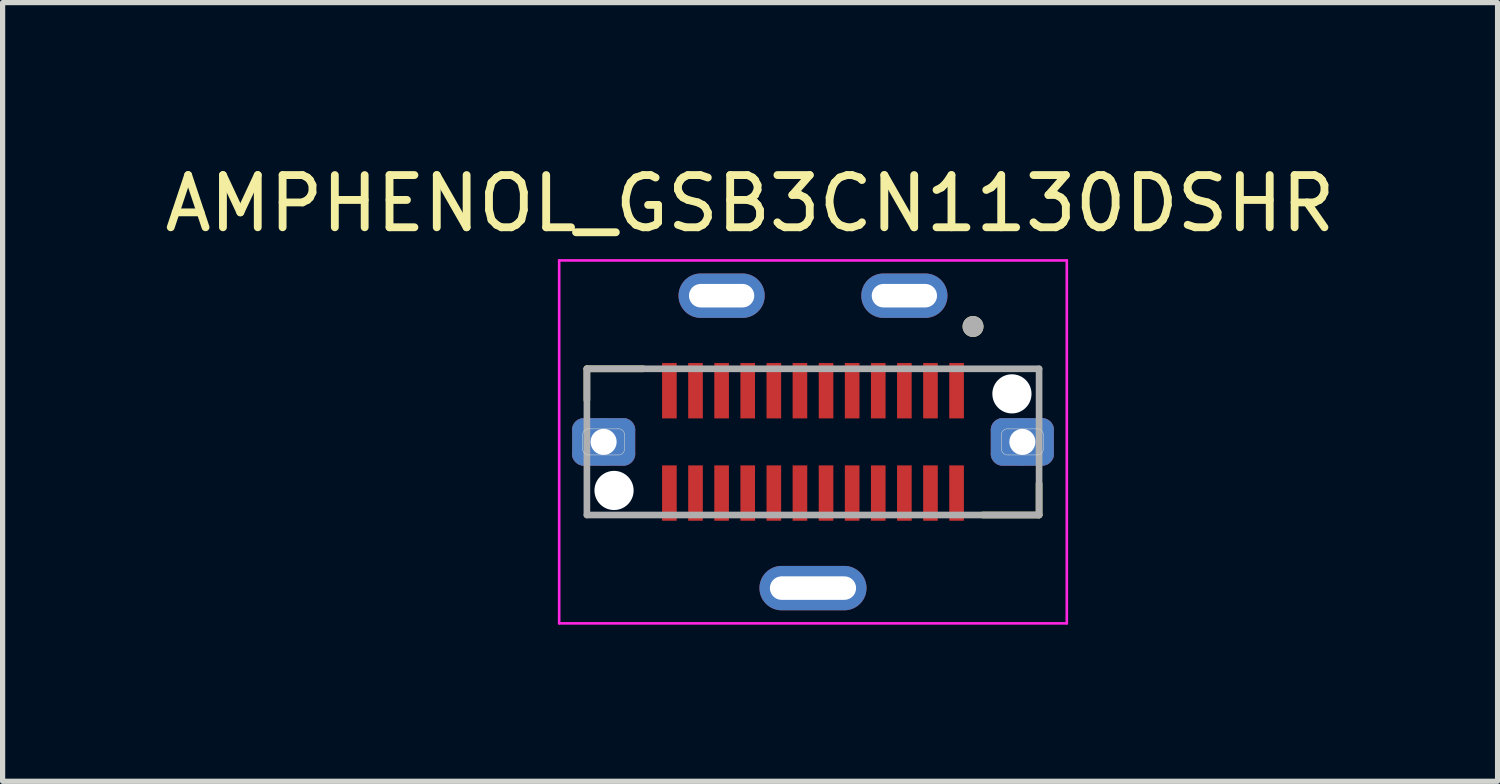
<source format=kicad_pcb>
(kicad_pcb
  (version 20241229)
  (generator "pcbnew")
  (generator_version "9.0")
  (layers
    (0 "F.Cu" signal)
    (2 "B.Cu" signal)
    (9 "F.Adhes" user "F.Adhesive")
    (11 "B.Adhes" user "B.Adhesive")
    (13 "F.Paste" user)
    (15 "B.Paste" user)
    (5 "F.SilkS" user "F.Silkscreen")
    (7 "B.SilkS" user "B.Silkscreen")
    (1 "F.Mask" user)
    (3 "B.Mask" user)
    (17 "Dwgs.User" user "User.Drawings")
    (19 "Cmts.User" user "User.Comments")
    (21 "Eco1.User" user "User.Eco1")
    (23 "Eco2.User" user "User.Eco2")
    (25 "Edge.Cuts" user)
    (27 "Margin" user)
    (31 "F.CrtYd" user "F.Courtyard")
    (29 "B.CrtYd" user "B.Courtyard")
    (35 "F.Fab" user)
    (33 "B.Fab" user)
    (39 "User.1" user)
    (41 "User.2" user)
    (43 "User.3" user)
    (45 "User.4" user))
  (footprint "AMPHENOL_GSB3CN1130DSHR"
    (layer "F.Cu")
    (at 12.52 5.413)
    (property "Reference" "AMPHENOL_GSB3CN1130DSHR" (at -1.205 -4.565 0) (layer "F.SilkS") (effects (font (size 1 1) (thickness 0.15))))
    (attr smd)
    (fp_poly (pts (xy -4.61 -0.2) (xy -4.611 -0.213) (xy -4.611 -0.225) (xy -4.611 -0.237) (xy -4.61 -0.249) (xy -4.609 -0.26) (xy -4.606 -0.272) (xy -4.604 -0.284) (xy -4.6 -0.295) (xy -4.596 -0.306) (xy -4.592 -0.317) (xy -4.587 -0.328) (xy -4.581 -0.338) (xy -4.575 -0.348) (xy -4.568 -0.358) (xy -4.561 -0.367) (xy -4.553 -0.376) (xy -4.545 -0.385) (xy -4.536 -0.393) (xy -4.527 -0.401) (xy -4.518 -0.408) (xy -4.508 -0.415) (xy -4.498 -0.421) (xy -4.488 -0.427) (xy -4.477 -0.432) (xy -4.466 -0.436) (xy -4.455 -0.44) (xy -4.444 -0.444) (xy -4.432 -0.446) (xy -4.42 -0.449) (xy -4.41 -0.45) (xy -3.61 -0.45) (xy -3.6 -0.449) (xy -3.588 -0.446) (xy -3.576 -0.444) (xy -3.565 -0.44) (xy -3.554 -0.436) (xy -3.543 -0.432) (xy -3.532 -0.427) (xy -3.522 -0.421) (xy -3.512 -0.415) (xy -3.502 -0.408) (xy -3.493 -0.401) (xy -3.484 -0.393) (xy -3.475 -0.385) (xy -3.467 -0.376) (xy -3.459 -0.367) (xy -3.452 -0.358) (xy -3.445 -0.348) (xy -3.439 -0.338) (xy -3.433 -0.328) (xy -3.428 -0.317) (xy -3.424 -0.306) (xy -3.42 -0.295) (xy -3.416 -0.284) (xy -3.414 -0.272) (xy -3.411 -0.26) (xy -3.41 -0.249) (xy -3.409 -0.237) (xy -3.409 -0.225) (xy -3.409 -0.213) (xy -3.41 -0.2) (xy -3.41 0.2) (xy -3.409 0.213) (xy -3.409 0.225) (xy -3.409 0.237) (xy -3.41 0.249) (xy -3.411 0.26) (xy -3.414 0.272) (xy -3.416 0.284) (xy -3.42 0.295) (xy -3.424 0.306) (xy -3.428 0.317) (xy -3.433 0.328) (xy -3.439 0.338) (xy -3.445 0.348) (xy -3.452 0.358) (xy -3.459 0.367) (xy -3.467 0.376) (xy -3.475 0.385) (xy -3.484 0.393) (xy -3.493 0.401) (xy -3.502 0.408) (xy -3.512 0.415) (xy -3.522 0.421) (xy -3.532 0.427) (xy -3.543 0.432) (xy -3.554 0.436) (xy -3.565 0.44) (xy -3.576 0.444) (xy -3.588 0.446) (xy -3.6 0.449) (xy -3.61 0.45) (xy -4.41 0.45) (xy -4.42 0.449) (xy -4.432 0.446) (xy -4.444 0.444) (xy -4.455 0.44) (xy -4.466 0.436) (xy -4.477 0.432) (xy -4.488 0.427) (xy -4.498 0.421) (xy -4.508 0.415) (xy -4.518 0.408) (xy -4.527 0.401) (xy -4.536 0.393) (xy -4.545 0.385) (xy -4.553 0.376) (xy -4.561 0.367) (xy -4.568 0.358) (xy -4.575 0.348) (xy -4.581 0.338) (xy -4.587 0.328) (xy -4.592 0.317) (xy -4.596 0.306) (xy -4.6 0.295) (xy -4.604 0.284) (xy -4.606 0.272) (xy -4.609 0.26) (xy -4.61 0.249) (xy -4.611 0.237) (xy -4.611 0.225) (xy -4.611 0.213) (xy -4.61 0.2) (xy -4.61 -0.2)) (stroke (width 0.01) (type solid)) (fill yes) (layer "F.Cu"))
    (fp_poly (pts (xy 3.41 -0.2) (xy 3.409 -0.213) (xy 3.409 -0.225) (xy 3.409 -0.237) (xy 3.41 -0.249) (xy 3.411 -0.26) (xy 3.414 -0.272) (xy 3.416 -0.284) (xy 3.42 -0.295) (xy 3.424 -0.306) (xy 3.428 -0.317) (xy 3.433 -0.328) (xy 3.439 -0.338) (xy 3.445 -0.348) (xy 3.452 -0.358) (xy 3.459 -0.367) (xy 3.467 -0.376) (xy 3.475 -0.385) (xy 3.484 -0.393) (xy 3.493 -0.401) (xy 3.502 -0.408) (xy 3.512 -0.415) (xy 3.522 -0.421) (xy 3.532 -0.427) (xy 3.543 -0.432) (xy 3.554 -0.436) (xy 3.565 -0.44) (xy 3.576 -0.444) (xy 3.588 -0.446) (xy 3.6 -0.449) (xy 3.61 -0.45) (xy 4.41 -0.45) (xy 4.42 -0.449) (xy 4.432 -0.446) (xy 4.444 -0.444) (xy 4.455 -0.44) (xy 4.466 -0.436) (xy 4.477 -0.432) (xy 4.488 -0.427) (xy 4.498 -0.421) (xy 4.508 -0.415) (xy 4.518 -0.408) (xy 4.527 -0.401) (xy 4.536 -0.393) (xy 4.545 -0.385) (xy 4.553 -0.376) (xy 4.561 -0.367) (xy 4.568 -0.358) (xy 4.575 -0.348) (xy 4.581 -0.338) (xy 4.587 -0.328) (xy 4.592 -0.317) (xy 4.596 -0.306) (xy 4.6 -0.295) (xy 4.604 -0.284) (xy 4.606 -0.272) (xy 4.609 -0.26) (xy 4.61 -0.249) (xy 4.611 -0.237) (xy 4.611 -0.225) (xy 4.611 -0.213) (xy 4.61 -0.2) (xy 4.61 0.2) (xy 4.611 0.213) (xy 4.611 0.225) (xy 4.611 0.237) (xy 4.61 0.249) (xy 4.609 0.26) (xy 4.606 0.272) (xy 4.604 0.284) (xy 4.6 0.295) (xy 4.596 0.306) (xy 4.592 0.317) (xy 4.587 0.328) (xy 4.581 0.338) (xy 4.575 0.348) (xy 4.568 0.358) (xy 4.561 0.367) (xy 4.553 0.376) (xy 4.545 0.385) (xy 4.536 0.393) (xy 4.527 0.401) (xy 4.518 0.408) (xy 4.508 0.415) (xy 4.498 0.421) (xy 4.488 0.427) (xy 4.477 0.432) (xy 4.466 0.436) (xy 4.455 0.44) (xy 4.444 0.444) (xy 4.432 0.446) (xy 4.42 0.449) (xy 4.41 0.45) (xy 3.61 0.45) (xy 3.6 0.449) (xy 3.588 0.446) (xy 3.576 0.444) (xy 3.565 0.44) (xy 3.554 0.436) (xy 3.543 0.432) (xy 3.532 0.427) (xy 3.522 0.421) (xy 3.512 0.415) (xy 3.502 0.408) (xy 3.493 0.401) (xy 3.484 0.393) (xy 3.475 0.385) (xy 3.467 0.376) (xy 3.459 0.367) (xy 3.452 0.358) (xy 3.445 0.348) (xy 3.439 0.338) (xy 3.433 0.328) (xy 3.428 0.317) (xy 3.424 0.306) (xy 3.42 0.295) (xy 3.416 0.284) (xy 3.414 0.272) (xy 3.411 0.26) (xy 3.41 0.249) (xy 3.409 0.237) (xy 3.409 0.225) (xy 3.409 0.213) (xy 3.41 0.2) (xy 3.41 -0.2)) (stroke (width 0.01) (type solid)) (fill yes) (layer "F.Cu"))
    (fp_poly (pts (xy -4.71 -0.2) (xy -4.711 -0.219) (xy -4.711 -0.236) (xy -4.71 -0.253) (xy -4.708 -0.27) (xy -4.705 -0.287) (xy -4.701 -0.304) (xy -4.697 -0.32) (xy -4.691 -0.336) (xy -4.685 -0.352) (xy -4.678 -0.368) (xy -4.67 -0.383) (xy -4.661 -0.398) (xy -4.652 -0.412) (xy -4.642 -0.426) (xy -4.631 -0.439) (xy -4.619 -0.451) (xy -4.607 -0.463) (xy -4.595 -0.475) (xy -4.581 -0.485) (xy -4.567 -0.495) (xy -4.553 -0.504) (xy -4.538 -0.513) (xy -4.523 -0.52) (xy -4.507 -0.527) (xy -4.491 -0.533) (xy -4.475 -0.538) (xy -4.458 -0.543) (xy -4.442 -0.546) (xy -4.425 -0.549) (xy -4.41 -0.55) (xy -3.61 -0.55) (xy -3.595 -0.549) (xy -3.578 -0.546) (xy -3.562 -0.543) (xy -3.545 -0.538) (xy -3.529 -0.533) (xy -3.513 -0.527) (xy -3.497 -0.52) (xy -3.482 -0.513) (xy -3.467 -0.504) (xy -3.453 -0.495) (xy -3.439 -0.485) (xy -3.425 -0.475) (xy -3.413 -0.463) (xy -3.401 -0.451) (xy -3.389 -0.439) (xy -3.378 -0.426) (xy -3.368 -0.412) (xy -3.359 -0.398) (xy -3.35 -0.383) (xy -3.342 -0.368) (xy -3.335 -0.352) (xy -3.329 -0.336) (xy -3.323 -0.32) (xy -3.319 -0.304) (xy -3.315 -0.287) (xy -3.312 -0.27) (xy -3.31 -0.253) (xy -3.309 -0.236) (xy -3.309 -0.219) (xy -3.31 -0.2) (xy -3.31 0.2) (xy -3.309 0.219) (xy -3.309 0.236) (xy -3.31 0.253) (xy -3.312 0.27) (xy -3.315 0.287) (xy -3.319 0.304) (xy -3.323 0.32) (xy -3.329 0.336) (xy -3.335 0.352) (xy -3.342 0.368) (xy -3.35 0.383) (xy -3.359 0.398) (xy -3.368 0.412) (xy -3.378 0.426) (xy -3.389 0.439) (xy -3.401 0.451) (xy -3.413 0.463) (xy -3.425 0.475) (xy -3.439 0.485) (xy -3.453 0.495) (xy -3.467 0.504) (xy -3.482 0.513) (xy -3.497 0.52) (xy -3.513 0.527) (xy -3.529 0.533) (xy -3.545 0.538) (xy -3.562 0.543) (xy -3.578 0.546) (xy -3.595 0.549) (xy -3.61 0.55) (xy -4.41 0.55) (xy -4.425 0.549) (xy -4.442 0.546) (xy -4.458 0.543) (xy -4.475 0.538) (xy -4.491 0.533) (xy -4.507 0.527) (xy -4.523 0.52) (xy -4.538 0.513) (xy -4.553 0.504) (xy -4.567 0.495) (xy -4.581 0.485) (xy -4.595 0.475) (xy -4.607 0.463) (xy -4.619 0.451) (xy -4.631 0.439) (xy -4.642 0.426) (xy -4.652 0.412) (xy -4.661 0.398) (xy -4.67 0.383) (xy -4.678 0.368) (xy -4.685 0.352) (xy -4.691 0.336) (xy -4.697 0.32) (xy -4.701 0.304) (xy -4.705 0.287) (xy -4.708 0.27) (xy -4.71 0.253) (xy -4.711 0.236) (xy -4.711 0.219) (xy -4.71 0.2) (xy -4.71 -0.2)) (stroke (width 0.01) (type solid)) (fill yes) (layer "F.Mask"))
    (fp_poly (pts (xy 3.31 -0.2) (xy 3.309 -0.219) (xy 3.309 -0.236) (xy 3.31 -0.253) (xy 3.312 -0.27) (xy 3.315 -0.287) (xy 3.319 -0.304) (xy 3.323 -0.32) (xy 3.329 -0.336) (xy 3.335 -0.352) (xy 3.342 -0.368) (xy 3.35 -0.383) (xy 3.359 -0.398) (xy 3.368 -0.412) (xy 3.378 -0.426) (xy 3.389 -0.439) (xy 3.401 -0.451) (xy 3.413 -0.463) (xy 3.425 -0.475) (xy 3.439 -0.485) (xy 3.453 -0.495) (xy 3.467 -0.504) (xy 3.482 -0.513) (xy 3.497 -0.52) (xy 3.513 -0.527) (xy 3.529 -0.533) (xy 3.545 -0.538) (xy 3.562 -0.543) (xy 3.578 -0.546) (xy 3.595 -0.549) (xy 3.61 -0.55) (xy 4.41 -0.55) (xy 4.425 -0.549) (xy 4.442 -0.546) (xy 4.458 -0.543) (xy 4.475 -0.538) (xy 4.491 -0.533) (xy 4.507 -0.527) (xy 4.523 -0.52) (xy 4.538 -0.513) (xy 4.553 -0.504) (xy 4.567 -0.495) (xy 4.581 -0.485) (xy 4.595 -0.475) (xy 4.607 -0.463) (xy 4.619 -0.451) (xy 4.631 -0.439) (xy 4.642 -0.426) (xy 4.652 -0.412) (xy 4.661 -0.398) (xy 4.67 -0.383) (xy 4.678 -0.368) (xy 4.685 -0.352) (xy 4.691 -0.336) (xy 4.697 -0.32) (xy 4.701 -0.304) (xy 4.705 -0.287) (xy 4.708 -0.27) (xy 4.71 -0.253) (xy 4.711 -0.236) (xy 4.711 -0.219) (xy 4.71 -0.2) (xy 4.71 0.2) (xy 4.711 0.219) (xy 4.711 0.236) (xy 4.71 0.253) (xy 4.708 0.27) (xy 4.705 0.287) (xy 4.701 0.304) (xy 4.697 0.32) (xy 4.691 0.336) (xy 4.685 0.352) (xy 4.678 0.368) (xy 4.67 0.383) (xy 4.661 0.398) (xy 4.652 0.412) (xy 4.642 0.426) (xy 4.631 0.439) (xy 4.619 0.451) (xy 4.607 0.463) (xy 4.595 0.475) (xy 4.581 0.485) (xy 4.567 0.495) (xy 4.553 0.504) (xy 4.538 0.513) (xy 4.523 0.52) (xy 4.507 0.527) (xy 4.491 0.533) (xy 4.475 0.538) (xy 4.458 0.543) (xy 4.442 0.546) (xy 4.425 0.549) (xy 4.41 0.55) (xy 3.61 0.55) (xy 3.595 0.549) (xy 3.578 0.546) (xy 3.562 0.543) (xy 3.545 0.538) (xy 3.529 0.533) (xy 3.513 0.527) (xy 3.497 0.52) (xy 3.482 0.513) (xy 3.467 0.504) (xy 3.453 0.495) (xy 3.439 0.485) (xy 3.425 0.475) (xy 3.413 0.463) (xy 3.401 0.451) (xy 3.389 0.439) (xy 3.378 0.426) (xy 3.368 0.412) (xy 3.359 0.398) (xy 3.35 0.383) (xy 3.342 0.368) (xy 3.335 0.352) (xy 3.329 0.336) (xy 3.323 0.32) (xy 3.319 0.304) (xy 3.315 0.287) (xy 3.312 0.27) (xy 3.31 0.253) (xy 3.309 0.236) (xy 3.309 0.219) (xy 3.31 0.2) (xy 3.31 -0.2)) (stroke (width 0.01) (type solid)) (fill yes) (layer "F.Mask"))
    (fp_poly (pts (xy -4.61 -0.2) (xy -4.611 -0.213) (xy -4.611 -0.225) (xy -4.611 -0.237) (xy -4.61 -0.249) (xy -4.609 -0.26) (xy -4.606 -0.272) (xy -4.604 -0.284) (xy -4.6 -0.295) (xy -4.596 -0.306) (xy -4.592 -0.317) (xy -4.587 -0.328) (xy -4.581 -0.338) (xy -4.575 -0.348) (xy -4.568 -0.358) (xy -4.561 -0.367) (xy -4.553 -0.376) (xy -4.545 -0.385) (xy -4.536 -0.393) (xy -4.527 -0.401) (xy -4.518 -0.408) (xy -4.508 -0.415) (xy -4.498 -0.421) (xy -4.488 -0.427) (xy -4.477 -0.432) (xy -4.466 -0.436) (xy -4.455 -0.44) (xy -4.444 -0.444) (xy -4.432 -0.446) (xy -4.42 -0.449) (xy -4.41 -0.45) (xy -3.61 -0.45) (xy -3.6 -0.449) (xy -3.588 -0.446) (xy -3.576 -0.444) (xy -3.565 -0.44) (xy -3.554 -0.436) (xy -3.543 -0.432) (xy -3.532 -0.427) (xy -3.522 -0.421) (xy -3.512 -0.415) (xy -3.502 -0.408) (xy -3.493 -0.401) (xy -3.484 -0.393) (xy -3.475 -0.385) (xy -3.467 -0.376) (xy -3.459 -0.367) (xy -3.452 -0.358) (xy -3.445 -0.348) (xy -3.439 -0.338) (xy -3.433 -0.328) (xy -3.428 -0.317) (xy -3.424 -0.306) (xy -3.42 -0.295) (xy -3.416 -0.284) (xy -3.414 -0.272) (xy -3.411 -0.26) (xy -3.41 -0.249) (xy -3.409 -0.237) (xy -3.409 -0.225) (xy -3.409 -0.213) (xy -3.41 -0.2) (xy -3.41 0.2) (xy -3.409 0.213) (xy -3.409 0.225) (xy -3.409 0.237) (xy -3.41 0.249) (xy -3.411 0.26) (xy -3.414 0.272) (xy -3.416 0.284) (xy -3.42 0.295) (xy -3.424 0.306) (xy -3.428 0.317) (xy -3.433 0.328) (xy -3.439 0.338) (xy -3.445 0.348) (xy -3.452 0.358) (xy -3.459 0.367) (xy -3.467 0.376) (xy -3.475 0.385) (xy -3.484 0.393) (xy -3.493 0.401) (xy -3.502 0.408) (xy -3.512 0.415) (xy -3.522 0.421) (xy -3.532 0.427) (xy -3.543 0.432) (xy -3.554 0.436) (xy -3.565 0.44) (xy -3.576 0.444) (xy -3.588 0.446) (xy -3.6 0.449) (xy -3.61 0.45) (xy -4.41 0.45) (xy -4.42 0.449) (xy -4.432 0.446) (xy -4.444 0.444) (xy -4.455 0.44) (xy -4.466 0.436) (xy -4.477 0.432) (xy -4.488 0.427) (xy -4.498 0.421) (xy -4.508 0.415) (xy -4.518 0.408) (xy -4.527 0.401) (xy -4.536 0.393) (xy -4.545 0.385) (xy -4.553 0.376) (xy -4.561 0.367) (xy -4.568 0.358) (xy -4.575 0.348) (xy -4.581 0.338) (xy -4.587 0.328) (xy -4.592 0.317) (xy -4.596 0.306) (xy -4.6 0.295) (xy -4.604 0.284) (xy -4.606 0.272) (xy -4.609 0.26) (xy -4.61 0.249) (xy -4.611 0.237) (xy -4.611 0.225) (xy -4.611 0.213) (xy -4.61 0.2) (xy -4.61 -0.2)) (stroke (width 0.01) (type solid)) (fill yes) (layer "B.Cu"))
    (fp_poly (pts (xy 3.41 -0.2) (xy 3.409 -0.213) (xy 3.409 -0.225) (xy 3.409 -0.237) (xy 3.41 -0.249) (xy 3.411 -0.26) (xy 3.414 -0.272) (xy 3.416 -0.284) (xy 3.42 -0.295) (xy 3.424 -0.306) (xy 3.428 -0.317) (xy 3.433 -0.328) (xy 3.439 -0.338) (xy 3.445 -0.348) (xy 3.452 -0.358) (xy 3.459 -0.367) (xy 3.467 -0.376) (xy 3.475 -0.385) (xy 3.484 -0.393) (xy 3.493 -0.401) (xy 3.502 -0.408) (xy 3.512 -0.415) (xy 3.522 -0.421) (xy 3.532 -0.427) (xy 3.543 -0.432) (xy 3.554 -0.436) (xy 3.565 -0.44) (xy 3.576 -0.444) (xy 3.588 -0.446) (xy 3.6 -0.449) (xy 3.61 -0.45) (xy 4.41 -0.45) (xy 4.42 -0.449) (xy 4.432 -0.446) (xy 4.444 -0.444) (xy 4.455 -0.44) (xy 4.466 -0.436) (xy 4.477 -0.432) (xy 4.488 -0.427) (xy 4.498 -0.421) (xy 4.508 -0.415) (xy 4.518 -0.408) (xy 4.527 -0.401) (xy 4.536 -0.393) (xy 4.545 -0.385) (xy 4.553 -0.376) (xy 4.561 -0.367) (xy 4.568 -0.358) (xy 4.575 -0.348) (xy 4.581 -0.338) (xy 4.587 -0.328) (xy 4.592 -0.317) (xy 4.596 -0.306) (xy 4.6 -0.295) (xy 4.604 -0.284) (xy 4.606 -0.272) (xy 4.609 -0.26) (xy 4.61 -0.249) (xy 4.611 -0.237) (xy 4.611 -0.225) (xy 4.611 -0.213) (xy 4.61 -0.2) (xy 4.61 0.2) (xy 4.611 0.213) (xy 4.611 0.225) (xy 4.611 0.237) (xy 4.61 0.249) (xy 4.609 0.26) (xy 4.606 0.272) (xy 4.604 0.284) (xy 4.6 0.295) (xy 4.596 0.306) (xy 4.592 0.317) (xy 4.587 0.328) (xy 4.581 0.338) (xy 4.575 0.348) (xy 4.568 0.358) (xy 4.561 0.367) (xy 4.553 0.376) (xy 4.545 0.385) (xy 4.536 0.393) (xy 4.527 0.401) (xy 4.518 0.408) (xy 4.508 0.415) (xy 4.498 0.421) (xy 4.488 0.427) (xy 4.477 0.432) (xy 4.466 0.436) (xy 4.455 0.44) (xy 4.444 0.444) (xy 4.432 0.446) (xy 4.42 0.449) (xy 4.41 0.45) (xy 3.61 0.45) (xy 3.6 0.449) (xy 3.588 0.446) (xy 3.576 0.444) (xy 3.565 0.44) (xy 3.554 0.436) (xy 3.543 0.432) (xy 3.532 0.427) (xy 3.522 0.421) (xy 3.512 0.415) (xy 3.502 0.408) (xy 3.493 0.401) (xy 3.484 0.393) (xy 3.475 0.385) (xy 3.467 0.376) (xy 3.459 0.367) (xy 3.452 0.358) (xy 3.445 0.348) (xy 3.439 0.338) (xy 3.433 0.328) (xy 3.428 0.317) (xy 3.424 0.306) (xy 3.42 0.295) (xy 3.416 0.284) (xy 3.414 0.272) (xy 3.411 0.26) (xy 3.41 0.249) (xy 3.409 0.237) (xy 3.409 0.225) (xy 3.409 0.213) (xy 3.41 0.2) (xy 3.41 -0.2)) (stroke (width 0.01) (type solid)) (fill yes) (layer "B.Cu"))
    (fp_poly (pts (xy -4.71 -0.2) (xy -4.711 -0.219) (xy -4.711 -0.236) (xy -4.71 -0.253) (xy -4.708 -0.27) (xy -4.705 -0.287) (xy -4.701 -0.304) (xy -4.697 -0.32) (xy -4.691 -0.336) (xy -4.685 -0.352) (xy -4.678 -0.368) (xy -4.67 -0.383) (xy -4.661 -0.398) (xy -4.652 -0.412) (xy -4.642 -0.426) (xy -4.631 -0.439) (xy -4.619 -0.451) (xy -4.607 -0.463) (xy -4.595 -0.475) (xy -4.581 -0.485) (xy -4.567 -0.495) (xy -4.553 -0.504) (xy -4.538 -0.513) (xy -4.523 -0.52) (xy -4.507 -0.527) (xy -4.491 -0.533) (xy -4.475 -0.538) (xy -4.458 -0.543) (xy -4.442 -0.546) (xy -4.425 -0.549) (xy -4.41 -0.55) (xy -3.61 -0.55) (xy -3.595 -0.549) (xy -3.578 -0.546) (xy -3.562 -0.543) (xy -3.545 -0.538) (xy -3.529 -0.533) (xy -3.513 -0.527) (xy -3.497 -0.52) (xy -3.482 -0.513) (xy -3.467 -0.504) (xy -3.453 -0.495) (xy -3.439 -0.485) (xy -3.425 -0.475) (xy -3.413 -0.463) (xy -3.401 -0.451) (xy -3.389 -0.439) (xy -3.378 -0.426) (xy -3.368 -0.412) (xy -3.359 -0.398) (xy -3.35 -0.383) (xy -3.342 -0.368) (xy -3.335 -0.352) (xy -3.329 -0.336) (xy -3.323 -0.32) (xy -3.319 -0.304) (xy -3.315 -0.287) (xy -3.312 -0.27) (xy -3.31 -0.253) (xy -3.309 -0.236) (xy -3.309 -0.219) (xy -3.31 -0.2) (xy -3.31 0.2) (xy -3.309 0.219) (xy -3.309 0.236) (xy -3.31 0.253) (xy -3.312 0.27) (xy -3.315 0.287) (xy -3.319 0.304) (xy -3.323 0.32) (xy -3.329 0.336) (xy -3.335 0.352) (xy -3.342 0.368) (xy -3.35 0.383) (xy -3.359 0.398) (xy -3.368 0.412) (xy -3.378 0.426) (xy -3.389 0.439) (xy -3.401 0.451) (xy -3.413 0.463) (xy -3.425 0.475) (xy -3.439 0.485) (xy -3.453 0.495) (xy -3.467 0.504) (xy -3.482 0.513) (xy -3.497 0.52) (xy -3.513 0.527) (xy -3.529 0.533) (xy -3.545 0.538) (xy -3.562 0.543) (xy -3.578 0.546) (xy -3.595 0.549) (xy -3.61 0.55) (xy -4.41 0.55) (xy -4.425 0.549) (xy -4.442 0.546) (xy -4.458 0.543) (xy -4.475 0.538) (xy -4.491 0.533) (xy -4.507 0.527) (xy -4.523 0.52) (xy -4.538 0.513) (xy -4.553 0.504) (xy -4.567 0.495) (xy -4.581 0.485) (xy -4.595 0.475) (xy -4.607 0.463) (xy -4.619 0.451) (xy -4.631 0.439) (xy -4.642 0.426) (xy -4.652 0.412) (xy -4.661 0.398) (xy -4.67 0.383) (xy -4.678 0.368) (xy -4.685 0.352) (xy -4.691 0.336) (xy -4.697 0.32) (xy -4.701 0.304) (xy -4.705 0.287) (xy -4.708 0.27) (xy -4.71 0.253) (xy -4.711 0.236) (xy -4.711 0.219) (xy -4.71 0.2) (xy -4.71 -0.2)) (stroke (width 0.01) (type solid)) (fill yes) (layer "B.Mask"))
    (fp_poly (pts (xy 3.31 -0.2) (xy 3.309 -0.219) (xy 3.309 -0.236) (xy 3.31 -0.253) (xy 3.312 -0.27) (xy 3.315 -0.287) (xy 3.319 -0.304) (xy 3.323 -0.32) (xy 3.329 -0.336) (xy 3.335 -0.352) (xy 3.342 -0.368) (xy 3.35 -0.383) (xy 3.359 -0.398) (xy 3.368 -0.412) (xy 3.378 -0.426) (xy 3.389 -0.439) (xy 3.401 -0.451) (xy 3.413 -0.463) (xy 3.425 -0.475) (xy 3.439 -0.485) (xy 3.453 -0.495) (xy 3.467 -0.504) (xy 3.482 -0.513) (xy 3.497 -0.52) (xy 3.513 -0.527) (xy 3.529 -0.533) (xy 3.545 -0.538) (xy 3.562 -0.543) (xy 3.578 -0.546) (xy 3.595 -0.549) (xy 3.61 -0.55) (xy 4.41 -0.55) (xy 4.425 -0.549) (xy 4.442 -0.546) (xy 4.458 -0.543) (xy 4.475 -0.538) (xy 4.491 -0.533) (xy 4.507 -0.527) (xy 4.523 -0.52) (xy 4.538 -0.513) (xy 4.553 -0.504) (xy 4.567 -0.495) (xy 4.581 -0.485) (xy 4.595 -0.475) (xy 4.607 -0.463) (xy 4.619 -0.451) (xy 4.631 -0.439) (xy 4.642 -0.426) (xy 4.652 -0.412) (xy 4.661 -0.398) (xy 4.67 -0.383) (xy 4.678 -0.368) (xy 4.685 -0.352) (xy 4.691 -0.336) (xy 4.697 -0.32) (xy 4.701 -0.304) (xy 4.705 -0.287) (xy 4.708 -0.27) (xy 4.71 -0.253) (xy 4.711 -0.236) (xy 4.711 -0.219) (xy 4.71 -0.2) (xy 4.71 0.2) (xy 4.711 0.219) (xy 4.711 0.236) (xy 4.71 0.253) (xy 4.708 0.27) (xy 4.705 0.287) (xy 4.701 0.304) (xy 4.697 0.32) (xy 4.691 0.336) (xy 4.685 0.352) (xy 4.678 0.368) (xy 4.67 0.383) (xy 4.661 0.398) (xy 4.652 0.412) (xy 4.642 0.426) (xy 4.631 0.439) (xy 4.619 0.451) (xy 4.607 0.463) (xy 4.595 0.475) (xy 4.581 0.485) (xy 4.567 0.495) (xy 4.553 0.504) (xy 4.538 0.513) (xy 4.523 0.52) (xy 4.507 0.527) (xy 4.491 0.533) (xy 4.475 0.538) (xy 4.458 0.543) (xy 4.442 0.546) (xy 4.425 0.549) (xy 4.41 0.55) (xy 3.61 0.55) (xy 3.595 0.549) (xy 3.578 0.546) (xy 3.562 0.543) (xy 3.545 0.538) (xy 3.529 0.533) (xy 3.513 0.527) (xy 3.497 0.52) (xy 3.482 0.513) (xy 3.467 0.504) (xy 3.453 0.495) (xy 3.439 0.485) (xy 3.425 0.475) (xy 3.413 0.463) (xy 3.401 0.451) (xy 3.389 0.439) (xy 3.378 0.426) (xy 3.368 0.412) (xy 3.359 0.398) (xy 3.35 0.383) (xy 3.342 0.368) (xy 3.335 0.352) (xy 3.329 0.336) (xy 3.323 0.32) (xy 3.319 0.304) (xy 3.315 0.287) (xy 3.312 0.27) (xy 3.31 0.253) (xy 3.309 0.236) (xy 3.309 0.219) (xy 3.31 0.2) (xy 3.31 -0.2)) (stroke (width 0.01) (type solid)) (fill yes) (layer "B.Mask"))
    (fp_line (start -4.33 -1.4) (end -4.33 -0.8) (stroke (width 0.127) (type solid)) (layer "F.SilkS"))
    (fp_line (start -3.25 -1.4) (end -4.33 -1.4) (stroke (width 0.127) (type solid)) (layer "F.SilkS"))
    (fp_line (start 3.25 1.4) (end 4.33 1.4) (stroke (width 0.127) (type solid)) (layer "F.SilkS"))
    (fp_line (start 4.33 1.4) (end 4.33 0.8) (stroke (width 0.127) (type solid)) (layer "F.SilkS"))
    (fp_circle (center 3.065 -2.21) (end 3.165 -2.21) (stroke (width 0.2) (type solid)) (fill no) (layer "F.SilkS"))
    (fp_line (start -4.41 0.15) (end -4.41 -0.15) (stroke (width 0.01) (type solid)) (layer "Edge.Cuts"))
    (fp_line (start -4.28 -0.25) (end -3.74 -0.25) (stroke (width 0.01) (type solid)) (layer "Edge.Cuts"))
    (fp_line (start -3.74 0.25) (end -4.28 0.25) (stroke (width 0.01) (type solid)) (layer "Edge.Cuts"))
    (fp_line (start -3.61 -0.15) (end -3.61 0.15) (stroke (width 0.01) (type solid)) (layer "Edge.Cuts"))
    (fp_line (start 3.61 0.15) (end 3.61 -0.15) (stroke (width 0.01) (type solid)) (layer "Edge.Cuts"))
    (fp_line (start 3.74 -0.25) (end 4.28 -0.25) (stroke (width 0.01) (type solid)) (layer "Edge.Cuts"))
    (fp_line (start 4.28 0.25) (end 3.74 0.25) (stroke (width 0.01) (type solid)) (layer "Edge.Cuts"))
    (fp_line (start 4.41 -0.15) (end 4.41 0.15) (stroke (width 0.01) (type solid)) (layer "Edge.Cuts"))
    (fp_arc (start -4.41 -0.15) (mid -4.365711 -0.226924) (end -4.28 -0.25) (stroke (width 0.01) (type solid)) (layer "Edge.Cuts"))
    (fp_arc (start -4.28 0.25) (mid -4.365711 0.226924) (end -4.41 0.15) (stroke (width 0.01) (type solid)) (layer "Edge.Cuts"))
    (fp_arc (start -3.74 -0.25) (mid -3.654289 -0.226924) (end -3.61 -0.15) (stroke (width 0.01) (type solid)) (layer "Edge.Cuts"))
    (fp_arc (start -3.61 0.15) (mid -3.654289 0.226924) (end -3.74 0.25) (stroke (width 0.01) (type solid)) (layer "Edge.Cuts"))
    (fp_arc (start 3.61 -0.15) (mid 3.654289 -0.226924) (end 3.74 -0.25) (stroke (width 0.01) (type solid)) (layer "Edge.Cuts"))
    (fp_arc (start 3.74 0.25) (mid 3.654289 0.226924) (end 3.61 0.15) (stroke (width 0.01) (type solid)) (layer "Edge.Cuts"))
    (fp_arc (start 4.28 -0.25) (mid 4.365711 -0.226924) (end 4.41 -0.15) (stroke (width 0.01) (type solid)) (layer "Edge.Cuts"))
    (fp_arc (start 4.41 0.15) (mid 4.365711 0.226924) (end 4.28 0.25) (stroke (width 0.01) (type solid)) (layer "Edge.Cuts"))
    (fp_line (start -4.861 -3.475) (end -4.861 3.475) (stroke (width 0.05) (type solid)) (layer "F.CrtYd"))
    (fp_line (start -4.861 3.475) (end 4.861 3.475) (stroke (width 0.05) (type solid)) (layer "F.CrtYd"))
    (fp_line (start 4.861 -3.475) (end -4.861 -3.475) (stroke (width 0.05) (type solid)) (layer "F.CrtYd"))
    (fp_line (start 4.861 3.475) (end 4.861 -3.475) (stroke (width 0.05) (type solid)) (layer "F.CrtYd"))
    (fp_line (start -4.33 -1.4) (end 4.33 -1.4) (stroke (width 0.127) (type solid)) (layer "F.Fab"))
    (fp_line (start -4.33 1.4) (end -4.33 -1.4) (stroke (width 0.127) (type solid)) (layer "F.Fab"))
    (fp_line (start 4.33 -1.4) (end 4.33 1.4) (stroke (width 0.127) (type solid)) (layer "F.Fab"))
    (fp_line (start 4.33 1.4) (end -4.33 1.4) (stroke (width 0.127) (type solid)) (layer "F.Fab"))
    (fp_circle (center 3.065 -2.21) (end 3.165 -2.21) (stroke (width 0.2) (type solid)) (fill no) (layer "F.Fab"))
    (pad "" np_thru_hole circle (at -3.81 0.93) (size 0.75 0.75) (drill 0.75) (layers "*.Cu" "*.Mask"))
    (pad "" np_thru_hole circle (at 3.81 -0.92) (size 0.75 0.75) (drill 0.75) (layers "*.Cu" "*.Mask"))
    (pad "A1" smd rect (at 2.75 -0.98) (size 0.28 1.06) (layers "F.Cu" "F.Mask" "F.Paste"))
    (pad "A2" smd rect (at 2.25 -0.98) (size 0.28 1.06) (layers "F.Cu" "F.Mask" "F.Paste"))
    (pad "A3" smd rect (at 1.75 -0.98) (size 0.28 1.06) (layers "F.Cu" "F.Mask" "F.Paste"))
    (pad "A4" smd rect (at 1.25 -0.98) (size 0.28 1.06) (layers "F.Cu" "F.Mask" "F.Paste"))
    (pad "A5" smd rect (at 0.75 -0.98) (size 0.28 1.06) (layers "F.Cu" "F.Mask" "F.Paste"))
    (pad "A6" smd rect (at 0.25 -0.98) (size 0.28 1.06) (layers "F.Cu" "F.Mask" "F.Paste"))
    (pad "A7" smd rect (at -0.25 -0.98) (size 0.28 1.06) (layers "F.Cu" "F.Mask" "F.Paste"))
    (pad "A8" smd rect (at -0.75 -0.98) (size 0.28 1.06) (layers "F.Cu" "F.Mask" "F.Paste"))
    (pad "A9" smd rect (at -1.25 -0.98) (size 0.28 1.06) (layers "F.Cu" "F.Mask" "F.Paste"))
    (pad "A10" smd rect (at -1.75 -0.98) (size 0.28 1.06) (layers "F.Cu" "F.Mask" "F.Paste"))
    (pad "A11" smd rect (at -2.25 -0.98) (size 0.28 1.06) (layers "F.Cu" "F.Mask" "F.Paste"))
    (pad "A12" smd rect (at -2.75 -0.98) (size 0.28 1.06) (layers "F.Cu" "F.Mask" "F.Paste"))
    (pad "B1" smd rect (at -2.75 0.98) (size 0.28 1.06) (layers "F.Cu" "F.Mask" "F.Paste"))
    (pad "B2" smd rect (at -2.25 0.98) (size 0.28 1.06) (layers "F.Cu" "F.Mask" "F.Paste"))
    (pad "B3" smd rect (at -1.75 0.98) (size 0.28 1.06) (layers "F.Cu" "F.Mask" "F.Paste"))
    (pad "B4" smd rect (at -1.25 0.98) (size 0.28 1.06) (layers "F.Cu" "F.Mask" "F.Paste"))
    (pad "B5" smd rect (at -0.75 0.98) (size 0.28 1.06) (layers "F.Cu" "F.Mask" "F.Paste"))
    (pad "B6" smd rect (at -0.25 0.98) (size 0.28 1.06) (layers "F.Cu" "F.Mask" "F.Paste"))
    (pad "B7" smd rect (at 0.25 0.98) (size 0.28 1.06) (layers "F.Cu" "F.Mask" "F.Paste"))
    (pad "B8" smd rect (at 0.75 0.98) (size 0.28 1.06) (layers "F.Cu" "F.Mask" "F.Paste"))
    (pad "B9" smd rect (at 1.25 0.98) (size 0.28 1.06) (layers "F.Cu" "F.Mask" "F.Paste"))
    (pad "B10" smd rect (at 1.75 0.98) (size 0.28 1.06) (layers "F.Cu" "F.Mask" "F.Paste"))
    (pad "B11" smd rect (at 2.25 0.98) (size 0.28 1.06) (layers "F.Cu" "F.Mask" "F.Paste"))
    (pad "B12" smd rect (at 2.75 0.98) (size 0.28 1.06) (layers "F.Cu" "F.Mask" "F.Paste"))
    (pad "SH1" thru_hole oval (at -1.75 -2.8) (size 1.65 0.85) (drill oval 1.25 0.45) (layers "*.Cu" "*.Mask"))
    (pad "SH2" thru_hole circle (at -4.01 0) (size 0.9 0.9) (drill 0.5) (layers "*.Cu"))
    (pad "SH3" thru_hole oval (at 1.75 -2.8) (size 1.65 0.85) (drill oval 1.25 0.45) (layers "*.Cu" "*.Mask"))
    (pad "SH4" thru_hole oval (at 0 2.8) (size 2.05 0.85) (drill oval 1.65 0.45) (layers "*.Cu" "*.Mask"))
    (pad "SH5" thru_hole circle (at 4.01 0) (size 0.9 0.9) (drill 0.5) (layers "*.Cu")))
  (gr_rect
    (start -3 -3)
    (end 25.631 11.913)
    (stroke (width 0.1) (type default))
    (fill no)
    (layer "Edge.Cuts")))
</source>
